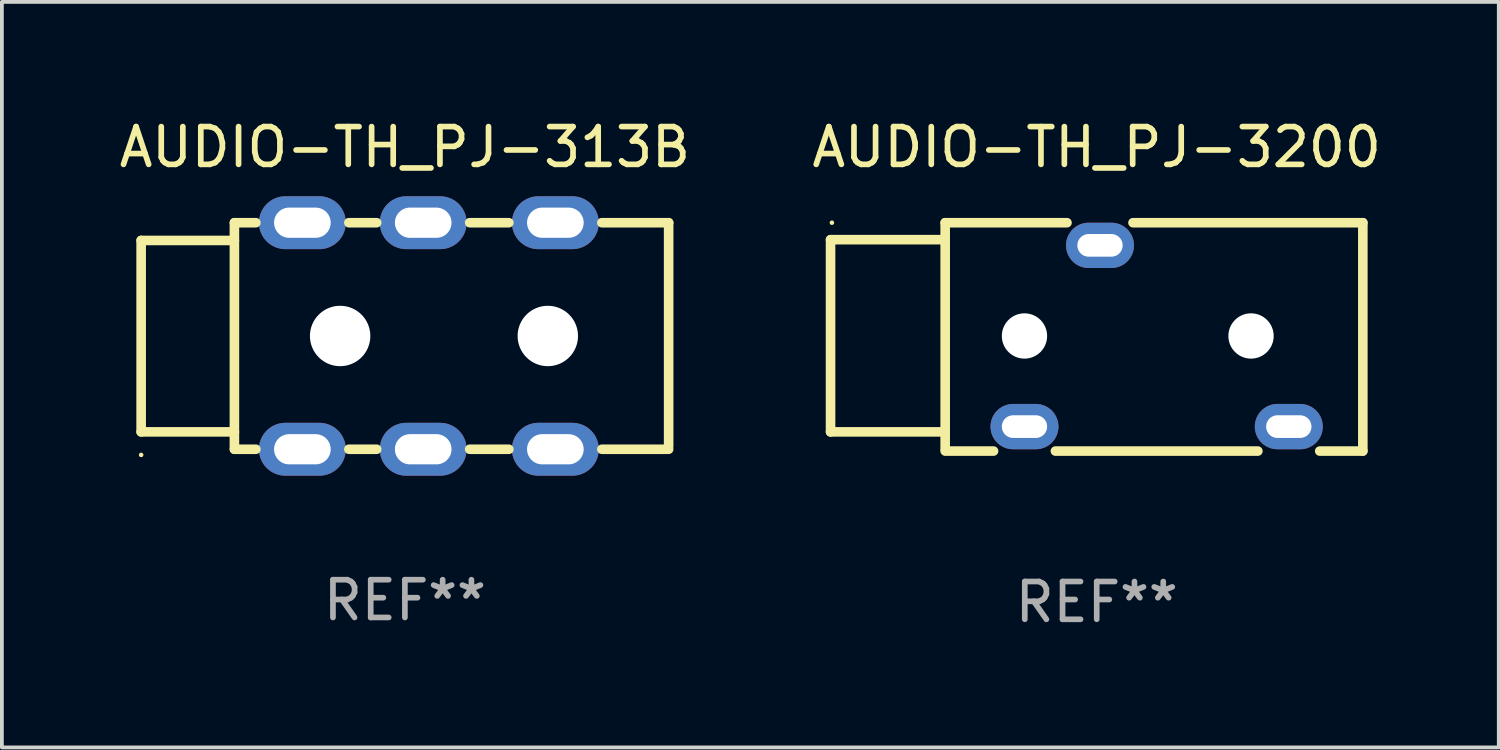
<source format=kicad_pcb>
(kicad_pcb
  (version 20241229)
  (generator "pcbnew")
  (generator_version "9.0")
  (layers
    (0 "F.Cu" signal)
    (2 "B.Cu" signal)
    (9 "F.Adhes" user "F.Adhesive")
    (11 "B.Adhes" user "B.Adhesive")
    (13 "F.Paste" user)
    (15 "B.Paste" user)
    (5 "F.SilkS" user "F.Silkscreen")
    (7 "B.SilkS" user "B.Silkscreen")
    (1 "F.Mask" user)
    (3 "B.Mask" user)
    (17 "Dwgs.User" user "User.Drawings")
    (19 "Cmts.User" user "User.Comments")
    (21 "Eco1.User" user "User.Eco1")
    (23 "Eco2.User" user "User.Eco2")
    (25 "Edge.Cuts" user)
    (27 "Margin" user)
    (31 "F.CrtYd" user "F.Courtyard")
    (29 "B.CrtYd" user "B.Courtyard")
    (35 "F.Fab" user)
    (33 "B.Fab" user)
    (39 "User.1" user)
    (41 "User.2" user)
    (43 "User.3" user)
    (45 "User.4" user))
  (footprint "AUDIO-TH_PJ-3200"
    (layer "F.Cu")
    (at 27.582 5.848)
    (property "Reference" "AUDIO-TH_PJ-3200" (at -1.587 -5 0) (layer "F.SilkS") (effects (font (size 1 1) (thickness 0.15))))
    (attr through_hole)
    (fp_line (start -8.636 -2.55) (end -8.636 2.54) (stroke (width 0.254) (type solid)) (layer "F.SilkS"))
    (fp_line (start -8.636 2.54) (end -5.6 2.54) (stroke (width 0.254) (type solid)) (layer "F.SilkS"))
    (fp_line (start -5.6 -3) (end -5.6 3) (stroke (width 0.254) (type solid)) (layer "F.SilkS"))
    (fp_line (start -5.6 -3) (end -2.374 -3) (stroke (width 0.254) (type solid)) (layer "F.SilkS"))
    (fp_line (start -5.6 -2.55) (end -8.636 -2.55) (stroke (width 0.254) (type solid)) (layer "F.SilkS"))
    (fp_line (start -4.319 3.048) (end -5.6 3.048) (stroke (width 0.254) (type solid)) (layer "F.SilkS"))
    (fp_line (start -0.626 -3) (end 5.461 -3) (stroke (width 0.254) (type solid)) (layer "F.SilkS"))
    (fp_line (start 2.681 3.048) (end -2.681 3.048) (stroke (width 0.254) (type solid)) (layer "F.SilkS"))
    (fp_line (start 5.461 -3) (end 5.461 3.048) (stroke (width 0.254) (type solid)) (layer "F.SilkS"))
    (fp_line (start 5.461 3.048) (end 4.319 3.048) (stroke (width 0.254) (type solid)) (layer "F.SilkS"))
    (fp_circle (center -8.6 -3) (end -8.57 -3) (stroke (width 0.06) (type solid)) (fill no) (layer "F.SilkS"))
    (fp_circle (center -3.5 0) (end -3.312 0) (stroke (width 0.375) (type solid)) (fill no) (layer "F.Fab"))
    (fp_circle (center 2.5 0) (end 2.688 0) (stroke (width 0.375) (type solid)) (fill no) (layer "F.Fab"))
    (fp_text user "REF**" (at -1.587 7.048 0) (layer "F.Fab") (effects (font (size 1 1) (thickness 0.15))))
    (pad "" np_thru_hole circle (at -3.5 0) (size 1.2 1.2) (drill 1.2) (layers "*.Cu" "*.Mask"))
    (pad "" np_thru_hole circle (at 2.5 0) (size 1.2 1.2) (drill 1.2) (layers "*.Cu" "*.Mask"))
    (pad "2" thru_hole oval (at -1.5 -2.4) (size 1.8 1.2) (drill oval 1.2 0.6) (layers "*.Cu" "*.Mask"))
    (pad "3" thru_hole oval (at -3.5 2.4) (size 1.8 1.2) (drill oval 1.2 0.6) (layers "*.Cu" "*.Mask"))
    (pad "4" thru_hole oval (at 3.5 2.4) (size 1.8 1.2) (drill oval 1.2 0.6) (layers "*.Cu" "*.Mask")))
  (footprint "AUDIO-TH_PJ-313B"
    (layer "F.Cu")
    (at 8.308 5.848)
    (property "Reference" "AUDIO-TH_PJ-313B" (at -0.635 -5 0) (layer "F.SilkS") (effects (font (size 1 1) (thickness 0.15))))
    (attr through_hole)
    (fp_line (start -7.62 -2.53) (end -7.62 2.54) (stroke (width 0.254) (type solid)) (layer "F.SilkS"))
    (fp_line (start -7.62 2.54) (end -5.15 2.54) (stroke (width 0.254) (type solid)) (layer "F.SilkS"))
    (fp_line (start -5.15 -3) (end -5.15 3) (stroke (width 0.254) (type solid)) (layer "F.SilkS"))
    (fp_line (start -5.15 -3) (end -4.581 -3) (stroke (width 0.254) (type solid)) (layer "F.SilkS"))
    (fp_line (start -5.15 -2.53) (end -7.62 -2.53) (stroke (width 0.254) (type solid)) (layer "F.SilkS"))
    (fp_line (start -5.15 3) (end -4.581 3) (stroke (width 0.254) (type solid)) (layer "F.SilkS"))
    (fp_line (start -2.119 -3) (end -1.381 -3) (stroke (width 0.254) (type solid)) (layer "F.SilkS"))
    (fp_line (start -2.119 3) (end -1.381 3) (stroke (width 0.254) (type solid)) (layer "F.SilkS"))
    (fp_line (start 1.081 -3) (end 2.119 -3) (stroke (width 0.254) (type solid)) (layer "F.SilkS"))
    (fp_line (start 1.081 3) (end 2.119 3) (stroke (width 0.254) (type solid)) (layer "F.SilkS"))
    (fp_line (start 4.581 -3) (end 6.35 -3) (stroke (width 0.254) (type solid)) (layer "F.SilkS"))
    (fp_line (start 4.581 3) (end 6.35 3) (stroke (width 0.254) (type solid)) (layer "F.SilkS"))
    (fp_line (start 6.35 -3) (end 6.35 2.921) (stroke (width 0.254) (type solid)) (layer "F.SilkS"))
    (fp_circle (center -7.62 3.15) (end -7.59 3.15) (stroke (width 0.06) (type solid)) (fill no) (layer "F.SilkS"))
    (fp_circle (center -2.35 0) (end -2.1 0) (stroke (width 0.5) (type solid)) (fill no) (layer "F.Fab"))
    (fp_circle (center 3.15 0) (end 3.4 0) (stroke (width 0.5) (type solid)) (fill no) (layer "F.Fab"))
    (fp_text user "REF**" (at -0.635 7 0) (layer "F.Fab") (effects (font (size 1 1) (thickness 0.15))))
    (pad "" np_thru_hole circle (at -2.35 0) (size 1.6 1.6) (drill 1.6) (layers "*.Cu" "*.Mask"))
    (pad "" np_thru_hole circle (at 3.15 0) (size 1.6 1.6) (drill 1.6) (layers "*.Cu" "*.Mask"))
    (pad "1" thru_hole oval (at -3.35 -3) (size 2.3 1.4) (drill oval 1.5 0.8) (layers "*.Cu" "*.Mask"))
    (pad "1" thru_hole oval (at -3.35 3) (size 2.3 1.4) (drill oval 1.5 0.8) (layers "*.Cu" "*.Mask"))
    (pad "2" thru_hole oval (at -0.15 -3) (size 2.3 1.4) (drill oval 1.5 0.8) (layers "*.Cu" "*.Mask"))
    (pad "2" thru_hole oval (at -0.15 3) (size 2.3 1.4) (drill oval 1.5 0.8) (layers "*.Cu" "*.Mask"))
    (pad "3" thru_hole oval (at 3.35 -3) (size 2.3 1.4) (drill oval 1.5 0.8) (layers "*.Cu" "*.Mask"))
    (pad "3" thru_hole oval (at 3.35 3) (size 2.3 1.4) (drill oval 1.5 0.8) (layers "*.Cu" "*.Mask")))
  (gr_rect
    (start -3 -3)
    (end 36.643 16.745)
    (stroke (width 0.1) (type default))
    (fill no)
    (layer "Edge.Cuts")))
</source>
